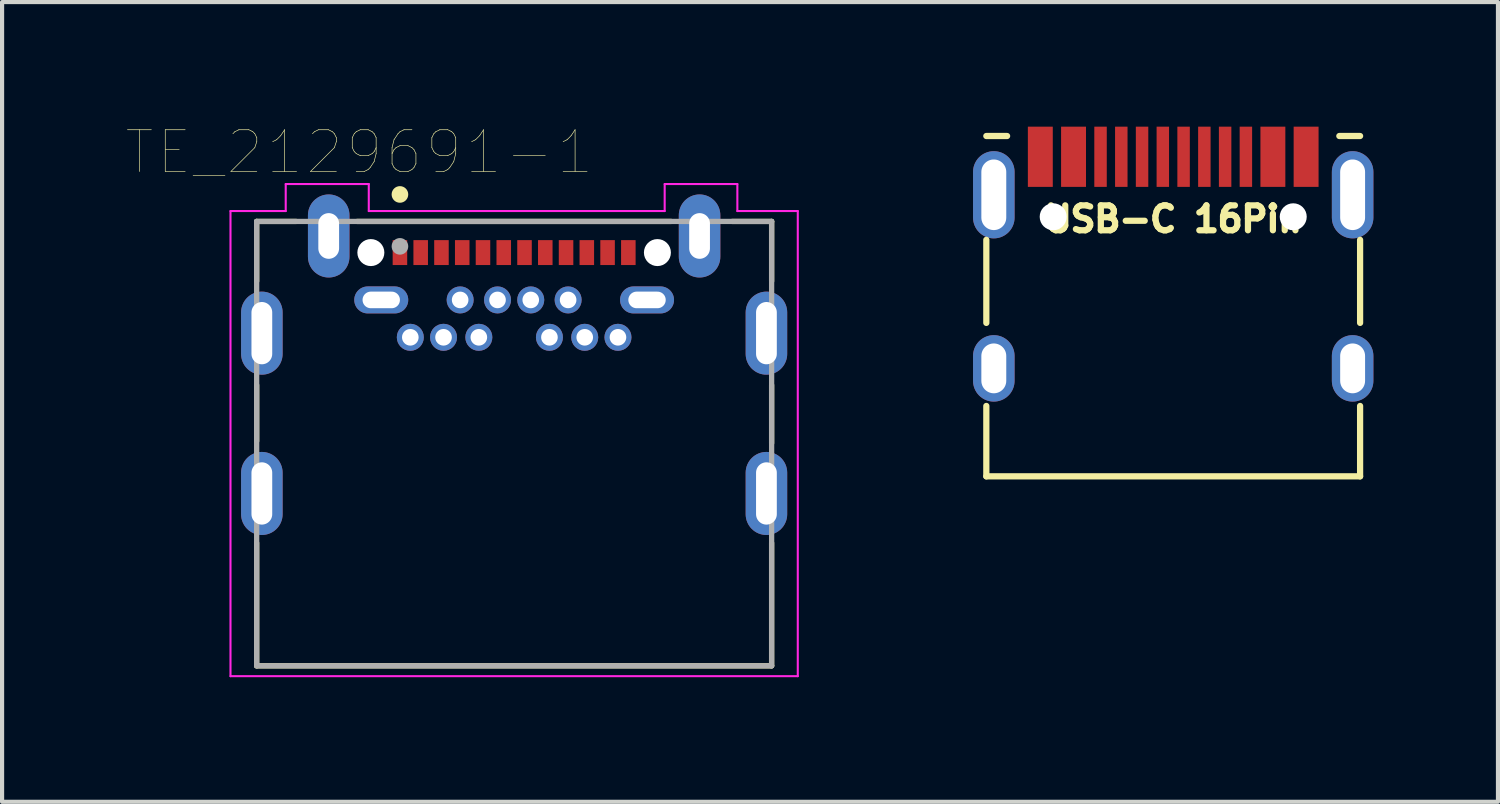
<source format=kicad_pcb>
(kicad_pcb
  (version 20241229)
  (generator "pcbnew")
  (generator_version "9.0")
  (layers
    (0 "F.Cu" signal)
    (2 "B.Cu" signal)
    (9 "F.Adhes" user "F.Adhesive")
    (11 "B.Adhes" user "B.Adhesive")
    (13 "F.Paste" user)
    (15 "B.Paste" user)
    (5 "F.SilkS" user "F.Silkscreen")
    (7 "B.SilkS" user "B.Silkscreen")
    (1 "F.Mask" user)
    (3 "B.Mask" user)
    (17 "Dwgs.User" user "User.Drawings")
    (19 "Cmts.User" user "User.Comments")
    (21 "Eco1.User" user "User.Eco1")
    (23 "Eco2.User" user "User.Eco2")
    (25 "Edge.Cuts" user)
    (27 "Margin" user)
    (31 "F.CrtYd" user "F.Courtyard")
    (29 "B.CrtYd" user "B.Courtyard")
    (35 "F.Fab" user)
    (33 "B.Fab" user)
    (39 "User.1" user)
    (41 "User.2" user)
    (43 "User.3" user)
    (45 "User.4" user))
  (footprint "USB-C 16Pin"
    (layer "F.Cu")
    (at 25.2 0.725)
    (property "Reference" "USB-C 16Pin" (at 0 1.5 0) (layer "F.SilkS") (effects (font (size 0.6 0.6) (thickness 0.15))))
    (attr through_hole)
    (fp_line (start -4.5 -0.5) (end -4 -0.5) (stroke (width 0.15) (type solid)) (layer "F.SilkS"))
    (fp_line (start -4.5 2) (end -4.5 4) (stroke (width 0.15) (type solid)) (layer "F.SilkS"))
    (fp_line (start -4.5 7.695) (end -4.5 6) (stroke (width 0.15) (type solid)) (layer "F.SilkS"))
    (fp_line (start 4 -0.5) (end 4.5 -0.5) (stroke (width 0.15) (type solid)) (layer "F.SilkS"))
    (fp_line (start 4.5 4) (end 4.5 2) (stroke (width 0.15) (type solid)) (layer "F.SilkS"))
    (fp_line (start 4.5 6) (end 4.5 7.695) (stroke (width 0.15) (type solid)) (layer "F.SilkS"))
    (fp_line (start 4.5 7.695) (end -4.5 7.695) (stroke (width 0.15) (type solid)) (layer "F.SilkS"))
    (pad "" np_thru_hole circle (at -2.89 1.445) (size 0.65 0.65) (drill 0.65) (layers "*.Cu" "*.Mask"))
    (pad "" np_thru_hole circle (at 2.89 1.445) (size 0.65 0.65) (drill 0.65) (layers "*.Cu" "*.Mask"))
    (pad "A1" smd rect (at -3.2 0) (size 0.6 1.45) (layers "F.Cu" "F.Mask" "F.Paste"))
    (pad "A4" smd rect (at -2.4 0) (size 0.6 1.45) (layers "F.Cu" "F.Mask" "F.Paste"))
    (pad "A5" smd rect (at -1.25 0) (size 0.3 1.45) (layers "F.Cu" "F.Mask" "F.Paste"))
    (pad "A6" smd rect (at -0.25 0) (size 0.3 1.45) (layers "F.Cu" "F.Mask" "F.Paste"))
    (pad "A7" smd rect (at 0.25 0) (size 0.3 1.45) (layers "F.Cu" "F.Mask" "F.Paste"))
    (pad "A8" smd rect (at 1.25 0) (size 0.3 1.45) (layers "F.Cu" "F.Mask" "F.Paste"))
    (pad "B1" smd rect (at 3.2 0) (size 0.6 1.45) (layers "F.Cu" "F.Mask" "F.Paste"))
    (pad "B4" smd rect (at 2.4 0) (size 0.6 1.45) (layers "F.Cu" "F.Mask" "F.Paste"))
    (pad "B5" smd rect (at 1.75 0) (size 0.3 1.45) (layers "F.Cu" "F.Mask" "F.Paste"))
    (pad "B6" smd rect (at 0.75 0) (size 0.3 1.45) (layers "F.Cu" "F.Mask" "F.Paste"))
    (pad "B7" smd rect (at -0.75 0) (size 0.3 1.45) (layers "F.Cu" "F.Mask" "F.Paste"))
    (pad "B8" smd rect (at -1.75 0) (size 0.3 1.45) (layers "F.Cu" "F.Mask" "F.Paste"))
    (pad "S1" thru_hole oval (at -4.32 0.915) (size 1 2.1) (drill oval 0.6 1.7) (layers "*.Cu" "*.Mask"))
    (pad "S1" thru_hole oval (at -4.32 5.095) (size 1 1.6) (drill oval 0.6 1.2) (layers "*.Cu" "*.Mask"))
    (pad "S1" thru_hole oval (at 4.32 0.915) (size 1 2.1) (drill oval 0.6 1.7) (layers "*.Cu" "*.Mask"))
    (pad "S1" thru_hole oval (at 4.32 5.095) (size 1 1.6) (drill oval 0.6 1.2) (layers "*.Cu" "*.Mask")))
  (footprint "TE_2129691-1"
    (layer "F.Cu")
    (at 9.33 7.632)
    (property "Reference" "TE_2129691-1" (at -3.73 -7.017 0) (layer "F.SilkS") (effects (font (size 1.006 1.006) (thickness 0.015))))
    (attr through_hole)
    (fp_line (start -6.2 -5.35) (end -5.25 -5.35) (stroke (width 0.127) (type solid)) (layer "F.SilkS"))
    (fp_line (start -6.2 -3.91) (end -6.2 -5.35) (stroke (width 0.127) (type solid)) (layer "F.SilkS"))
    (fp_line (start -6.2 -0.06) (end -6.2 -1.41) (stroke (width 0.127) (type solid)) (layer "F.SilkS"))
    (fp_line (start -6.2 2.39) (end -6.2 5.35) (stroke (width 0.127) (type solid)) (layer "F.SilkS"))
    (fp_line (start -6.2 5.35) (end 6.2 5.35) (stroke (width 0.127) (type solid)) (layer "F.SilkS"))
    (fp_line (start -3.78 -5.35) (end 3.78 -5.35) (stroke (width 0.127) (type solid)) (layer "F.SilkS"))
    (fp_line (start 6.2 -5.35) (end 5.25 -5.35) (stroke (width 0.127) (type solid)) (layer "F.SilkS"))
    (fp_line (start 6.2 -3.91) (end 6.2 -5.35) (stroke (width 0.127) (type solid)) (layer "F.SilkS"))
    (fp_line (start 6.2 -0.01) (end 6.2 -1.41) (stroke (width 0.127) (type solid)) (layer "F.SilkS"))
    (fp_line (start 6.2 5.35) (end 6.2 2.39) (stroke (width 0.127) (type solid)) (layer "F.SilkS"))
    (fp_circle (center -2.75 -6) (end -2.65 -6) (stroke (width 0.2) (type solid)) (fill no) (layer "F.SilkS"))
    (fp_line (start -8.05 5.35) (end -4.75 5.35) (stroke (width 0.0001) (type solid)) (layer "Edge.Cuts"))
    (fp_line (start -4.75 -2.04) (end 4.75 -2.04) (stroke (width 0.0001) (type solid)) (layer "Edge.Cuts"))
    (fp_line (start -4.75 -1.64) (end -4.75 5.35) (stroke (width 0.0001) (type solid)) (layer "Edge.Cuts"))
    (fp_line (start 3.365 -4.925) (end 3.535 -4.925) (stroke (width 0.0001) (type solid)) (layer "Edge.Cuts"))
    (fp_line (start 3.535 -4.275) (end 3.365 -4.275) (stroke (width 0.0001) (type solid)) (layer "Edge.Cuts"))
    (fp_line (start 4.75 -1.64) (end 4.75 5.35) (stroke (width 0.0001) (type solid)) (layer "Edge.Cuts"))
    (fp_line (start 4.75 5.35) (end 8.05 5.35) (stroke (width 0.0001) (type solid)) (layer "Edge.Cuts"))
    (fp_arc (start -4.75 -1.64) (mid -4.95 -1.84) (end -4.75 -2.04) (stroke (width 0.0001) (type solid)) (layer "Edge.Cuts"))
    (fp_arc (start 3.025 -4.6) (mid 3.12769 -4.832916) (end 3.365 -4.925) (stroke (width 0.0001) (type solid)) (layer "Edge.Cuts"))
    (fp_arc (start 3.365 -4.275) (mid 3.12769 -4.367084) (end 3.025 -4.6) (stroke (width 0.0001) (type solid)) (layer "Edge.Cuts"))
    (fp_arc (start 3.535 -4.925) (mid 3.77231 -4.832916) (end 3.875 -4.6) (stroke (width 0.0001) (type solid)) (layer "Edge.Cuts"))
    (fp_arc (start 3.875 -4.6) (mid 3.77231 -4.367084) (end 3.535 -4.275) (stroke (width 0.0001) (type solid)) (layer "Edge.Cuts"))
    (fp_arc (start 4.75 -2.04) (mid 4.95 -1.84) (end 4.75 -1.64) (stroke (width 0.0001) (type solid)) (layer "Edge.Cuts"))
    (fp_line (start -6.83 -5.6) (end -6.83 5.6) (stroke (width 0.05) (type solid)) (layer "F.CrtYd"))
    (fp_line (start -6.83 5.6) (end 6.83 5.6) (stroke (width 0.05) (type solid)) (layer "F.CrtYd"))
    (fp_line (start -5.5 -6.25) (end -5.5 -5.6) (stroke (width 0.05) (type solid)) (layer "F.CrtYd"))
    (fp_line (start -5.5 -5.6) (end -6.83 -5.6) (stroke (width 0.05) (type solid)) (layer "F.CrtYd"))
    (fp_line (start -3.5 -6.25) (end -5.5 -6.25) (stroke (width 0.05) (type solid)) (layer "F.CrtYd"))
    (fp_line (start -3.5 -5.6) (end -3.5 -6.25) (stroke (width 0.05) (type solid)) (layer "F.CrtYd"))
    (fp_line (start 3.625 -6.25) (end 3.625 -5.6) (stroke (width 0.05) (type solid)) (layer "F.CrtYd"))
    (fp_line (start 3.625 -5.6) (end -3.5 -5.6) (stroke (width 0.05) (type solid)) (layer "F.CrtYd"))
    (fp_line (start 5.375 -6.25) (end 3.625 -6.25) (stroke (width 0.05) (type solid)) (layer "F.CrtYd"))
    (fp_line (start 5.375 -5.6) (end 5.375 -6.25) (stroke (width 0.05) (type solid)) (layer "F.CrtYd"))
    (fp_line (start 6.83 -5.6) (end 5.375 -5.6) (stroke (width 0.05) (type solid)) (layer "F.CrtYd"))
    (fp_line (start 6.83 5.6) (end 6.83 -5.6) (stroke (width 0.05) (type solid)) (layer "F.CrtYd"))
    (fp_line (start -6.2 -5.35) (end 6.2 -5.35) (stroke (width 0.127) (type solid)) (layer "F.Fab"))
    (fp_line (start -6.2 5.35) (end -6.2 -5.35) (stroke (width 0.127) (type solid)) (layer "F.Fab"))
    (fp_line (start -6.2 5.35) (end 6.2 5.35) (stroke (width 0.127) (type solid)) (layer "F.Fab"))
    (fp_line (start 6.2 -5.35) (end 6.2 5.35) (stroke (width 0.127) (type solid)) (layer "F.Fab"))
    (fp_circle (center -2.75 -4.75) (end -2.65 -4.75) (stroke (width 0.2) (type solid)) (fill no) (layer "F.Fab"))
    (pad "" np_thru_hole circle (at -3.45 -4.6) (size 0.65 0.65) (drill 0.65) (layers "*.Cu" "*.Mask"))
    (pad "" np_thru_hole circle (at 3.45 -4.6) (size 0.65 0.65) (drill 0.65) (layers "*.Cu" "*.Mask"))
    (pad "A1" smd rect (at -2.75 -4.6) (size 0.35 0.6) (layers "F.Cu" "F.Mask" "F.Paste"))
    (pad "A2" smd rect (at -2.25 -4.6) (size 0.35 0.6) (layers "F.Cu" "F.Mask" "F.Paste"))
    (pad "A3" smd rect (at -1.75 -4.6) (size 0.35 0.6) (layers "F.Cu" "F.Mask" "F.Paste"))
    (pad "A4" smd rect (at -1.25 -4.6) (size 0.35 0.6) (layers "F.Cu" "F.Mask" "F.Paste"))
    (pad "A5" smd rect (at -0.75 -4.6) (size 0.35 0.6) (layers "F.Cu" "F.Mask" "F.Paste"))
    (pad "A6" smd rect (at -0.25 -4.6) (size 0.35 0.6) (layers "F.Cu" "F.Mask" "F.Paste"))
    (pad "A7" smd rect (at 0.25 -4.6) (size 0.35 0.6) (layers "F.Cu" "F.Mask" "F.Paste"))
    (pad "A8" smd rect (at 0.75 -4.6) (size 0.35 0.6) (layers "F.Cu" "F.Mask" "F.Paste"))
    (pad "A9" smd rect (at 1.25 -4.6) (size 0.35 0.6) (layers "F.Cu" "F.Mask" "F.Paste"))
    (pad "A10" smd rect (at 1.75 -4.6) (size 0.35 0.6) (layers "F.Cu" "F.Mask" "F.Paste"))
    (pad "A11" smd rect (at 2.25 -4.6) (size 0.35 0.6) (layers "F.Cu" "F.Mask" "F.Paste"))
    (pad "A12" smd rect (at 2.75 -4.6) (size 0.35 0.6) (layers "F.Cu" "F.Mask" "F.Paste"))
    (pad "B1" thru_hole oval (at 3.2 -3.46) (size 1.3 0.65) (drill oval 0.9 0.4) (layers "*.Cu" "*.Mask"))
    (pad "B2" thru_hole circle (at 2.5 -2.56) (size 0.65 0.65) (drill 0.4) (layers "*.Cu" "*.Mask"))
    (pad "B3" thru_hole circle (at 1.7 -2.56) (size 0.65 0.65) (drill 0.4) (layers "*.Cu" "*.Mask"))
    (pad "B4" thru_hole circle (at 1.3 -3.46) (size 0.65 0.65) (drill 0.4) (layers "*.Cu" "*.Mask"))
    (pad "B5" thru_hole circle (at 0.85 -2.56) (size 0.65 0.65) (drill 0.4) (layers "*.Cu" "*.Mask"))
    (pad "B6" thru_hole circle (at 0.4 -3.46) (size 0.65 0.65) (drill 0.4) (layers "*.Cu" "*.Mask"))
    (pad "B7" thru_hole circle (at -0.4 -3.46) (size 0.65 0.65) (drill 0.4) (layers "*.Cu" "*.Mask"))
    (pad "B8" thru_hole circle (at -0.85 -2.56) (size 0.65 0.65) (drill 0.4) (layers "*.Cu" "*.Mask"))
    (pad "B9" thru_hole circle (at -1.3 -3.46) (size 0.65 0.65) (drill 0.4) (layers "*.Cu" "*.Mask"))
    (pad "B10" thru_hole circle (at -1.7 -2.56) (size 0.65 0.65) (drill 0.4) (layers "*.Cu" "*.Mask"))
    (pad "B11" thru_hole circle (at -2.5 -2.56) (size 0.65 0.65) (drill 0.4) (layers "*.Cu" "*.Mask"))
    (pad "B12" thru_hole oval (at -3.2 -3.46) (size 1.3 0.65) (drill oval 0.9 0.4) (layers "*.Cu" "*.Mask"))
    (pad "S1" thru_hole oval (at -6.075 1.2) (size 1 2) (drill oval 0.5 1.5) (layers "*.Cu" "*.Mask"))
    (pad "S2" thru_hole oval (at 6.075 1.2) (size 1 2) (drill oval 0.5 1.5) (layers "*.Cu" "*.Mask"))
    (pad "S3" thru_hole oval (at -6.075 -2.66) (size 1 2) (drill oval 0.5 1.5) (layers "*.Cu" "*.Mask"))
    (pad "S4" thru_hole oval (at 6.075 -2.66) (size 1 2) (drill oval 0.5 1.5) (layers "*.Cu" "*.Mask"))
    (pad "S5" thru_hole oval (at -4.465 -5) (size 1 2) (drill oval 0.5 1.1) (layers "*.Cu" "*.Mask"))
    (pad "S6" thru_hole oval (at 4.465 -5) (size 1 2) (drill oval 0.5 1.1) (layers "*.Cu" "*.Mask")))
  (gr_rect
    (start -3 -3)
    (end 33.02 16.257)
    (stroke (width 0.1) (type default))
    (fill no)
    (layer "Edge.Cuts")))
</source>
